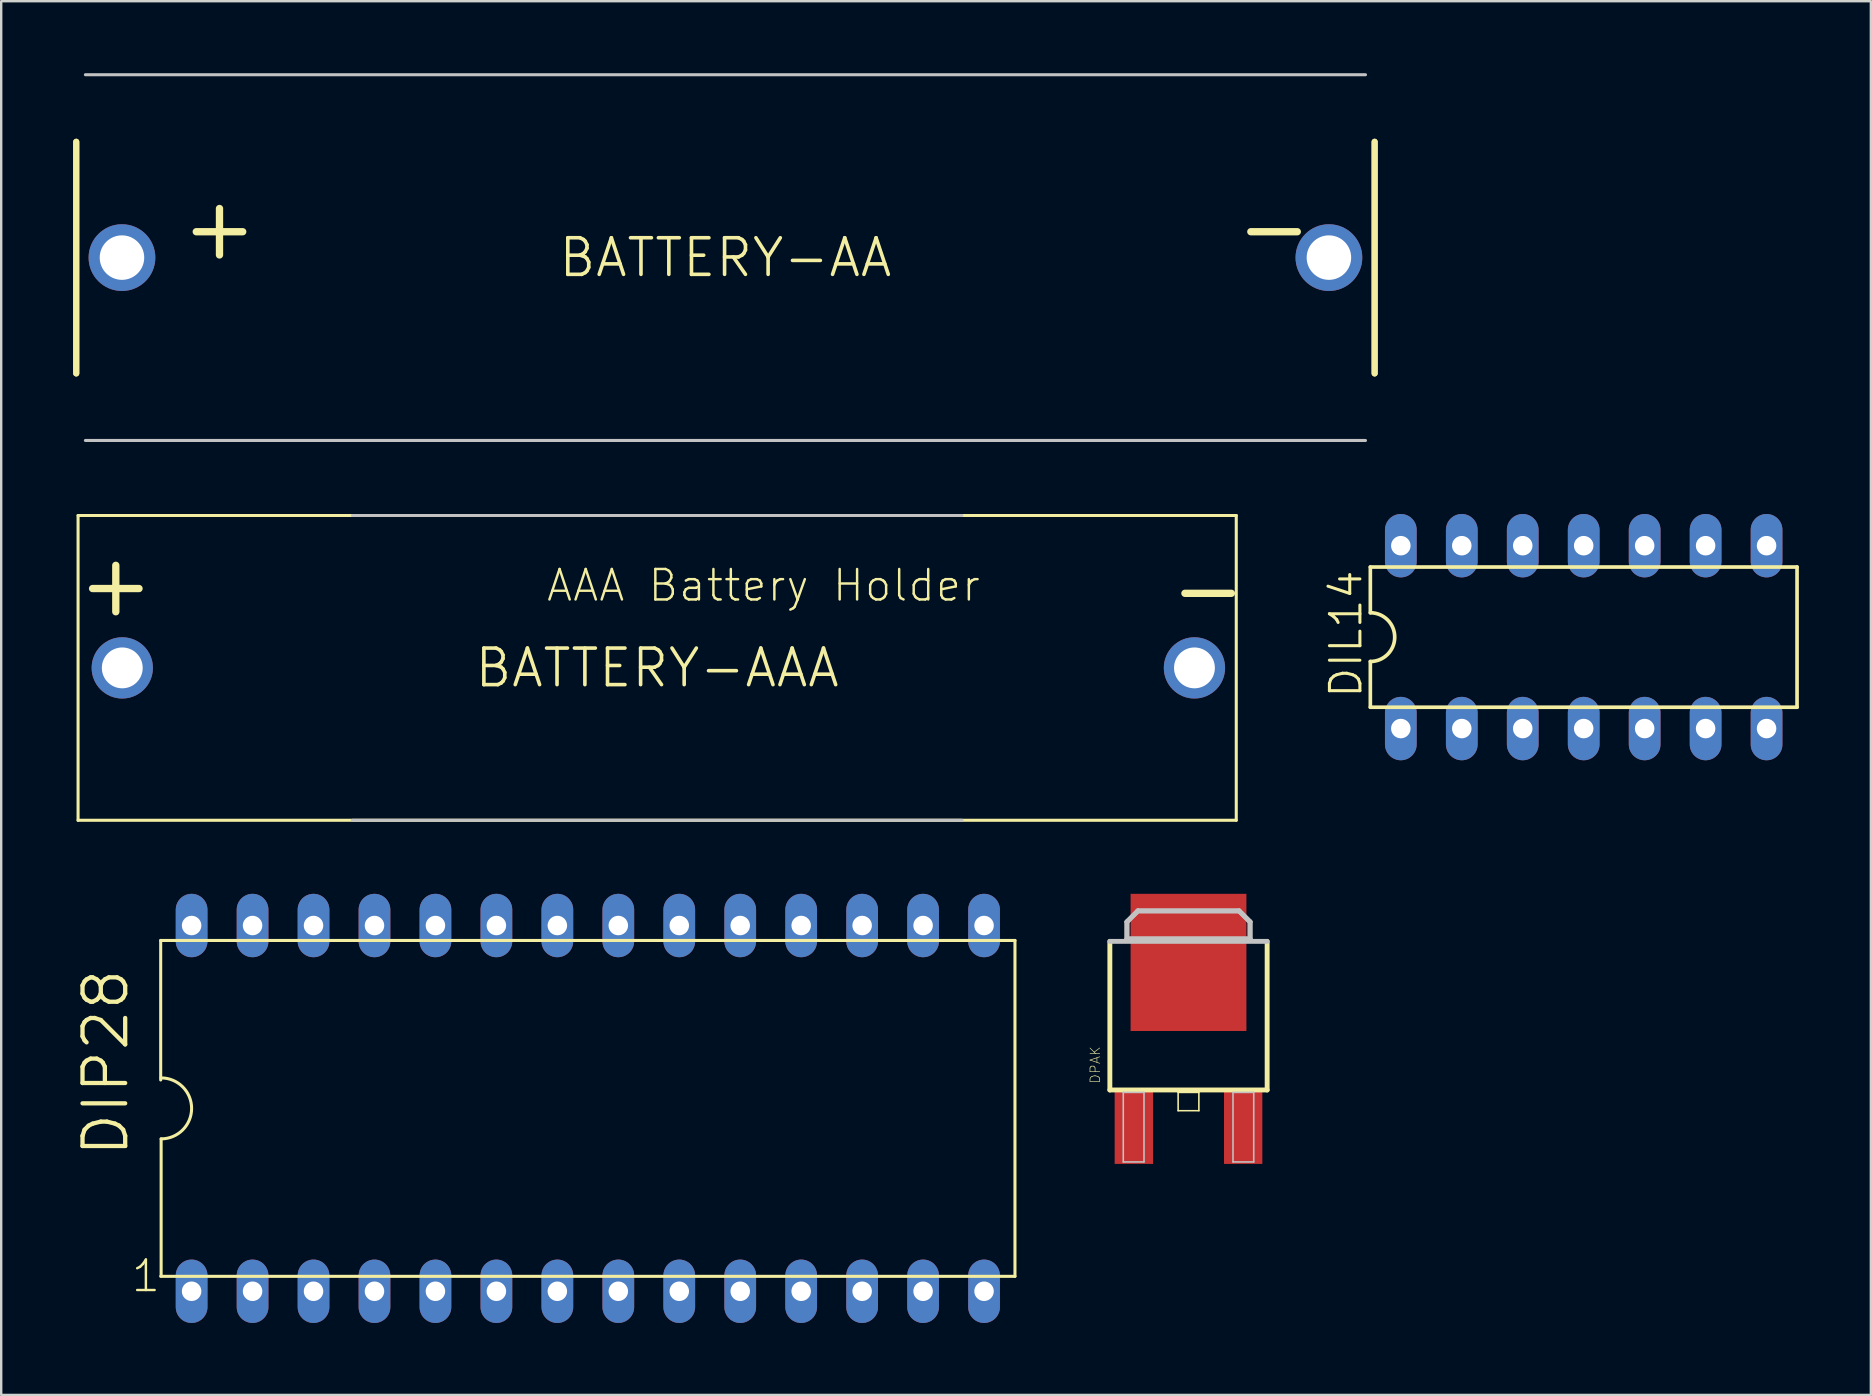
<source format=kicad_pcb>
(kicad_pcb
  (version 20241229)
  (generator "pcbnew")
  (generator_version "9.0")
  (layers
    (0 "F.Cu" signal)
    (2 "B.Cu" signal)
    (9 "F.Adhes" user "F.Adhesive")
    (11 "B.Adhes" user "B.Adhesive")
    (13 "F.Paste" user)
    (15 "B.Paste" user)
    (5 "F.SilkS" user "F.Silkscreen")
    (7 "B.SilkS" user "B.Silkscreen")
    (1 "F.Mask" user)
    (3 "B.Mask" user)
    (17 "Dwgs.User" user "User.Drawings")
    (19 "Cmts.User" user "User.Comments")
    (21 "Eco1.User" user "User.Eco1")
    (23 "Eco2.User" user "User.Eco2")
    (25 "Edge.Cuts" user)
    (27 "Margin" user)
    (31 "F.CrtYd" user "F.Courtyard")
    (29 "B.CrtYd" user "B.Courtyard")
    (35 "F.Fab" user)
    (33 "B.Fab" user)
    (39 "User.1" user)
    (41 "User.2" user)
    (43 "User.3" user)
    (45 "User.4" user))
  (footprint "DIP28"
    (layer "F.Cu")
    (at 21.444 43.135)
    (property "Reference" "DIP28" (at -20.091 -1.905 90) (layer "F.SilkS") (effects (font (size 1.778 1.778) (thickness 0.178))))
    (attr exclude_from_pos_files exclude_from_bom)
    (fp_line (start -17.798 -6.998) (end -17.798 -1.184) (stroke (width 0.127) (type solid)) (layer "F.SilkS"))
    (fp_line (start -17.798 6.998) (end 17.798 6.998) (stroke (width 0.127) (type solid)) (layer "F.SilkS"))
    (fp_line (start -17.78 1.27) (end -17.78 6.985) (stroke (width 0.127) (type solid)) (layer "F.SilkS"))
    (fp_line (start 17.798 -6.998) (end -17.798 -6.998) (stroke (width 0.127) (type solid)) (layer "F.SilkS"))
    (fp_line (start 17.798 6.998) (end 17.798 -6.998) (stroke (width 0.127) (type solid)) (layer "F.SilkS"))
    (fp_arc (start -17.78 -1.27) (mid -16.51 0) (end -17.78 1.27) (stroke (width 0.127) (type solid)) (layer "F.SilkS"))
    (fp_text user "1" (at -18.415 6.985 0) (layer "F.SilkS") (effects (font (size 1.27 1.27) (thickness 0.102))))
    (pad "1" thru_hole oval (at -16.51 7.62 180) (size 1.321 2.642) (drill 0.813) (layers "*.Cu" "*.Paste" "*.Mask"))
    (pad "2" thru_hole oval (at -13.97 7.62 180) (size 1.321 2.642) (drill 0.813) (layers "*.Cu" "*.Paste" "*.Mask"))
    (pad "3" thru_hole oval (at -11.43 7.62 180) (size 1.321 2.642) (drill 0.813) (layers "*.Cu" "*.Paste" "*.Mask"))
    (pad "4" thru_hole oval (at -8.89 7.62 180) (size 1.321 2.642) (drill 0.813) (layers "*.Cu" "*.Paste" "*.Mask"))
    (pad "5" thru_hole oval (at -6.35 7.62 180) (size 1.321 2.642) (drill 0.813) (layers "*.Cu" "*.Paste" "*.Mask"))
    (pad "6" thru_hole oval (at -3.81 7.62 180) (size 1.321 2.642) (drill 0.813) (layers "*.Cu" "*.Paste" "*.Mask"))
    (pad "7" thru_hole oval (at -1.27 7.62 180) (size 1.321 2.642) (drill 0.813) (layers "*.Cu" "*.Paste" "*.Mask"))
    (pad "8" thru_hole oval (at 1.27 7.62 180) (size 1.321 2.642) (drill 0.813) (layers "*.Cu" "*.Paste" "*.Mask"))
    (pad "9" thru_hole oval (at 3.81 7.62 180) (size 1.321 2.642) (drill 0.813) (layers "*.Cu" "*.Paste" "*.Mask"))
    (pad "10" thru_hole oval (at 6.35 7.62 180) (size 1.321 2.642) (drill 0.813) (layers "*.Cu" "*.Paste" "*.Mask"))
    (pad "11" thru_hole oval (at 8.89 7.62 180) (size 1.321 2.642) (drill 0.813) (layers "*.Cu" "*.Paste" "*.Mask"))
    (pad "12" thru_hole oval (at 11.43 7.62 180) (size 1.321 2.642) (drill 0.813) (layers "*.Cu" "*.Paste" "*.Mask"))
    (pad "13" thru_hole oval (at 13.97 7.62 180) (size 1.321 2.642) (drill 0.813) (layers "*.Cu" "*.Paste" "*.Mask"))
    (pad "14" thru_hole oval (at 16.51 7.62 180) (size 1.321 2.642) (drill 0.813) (layers "*.Cu" "*.Paste" "*.Mask"))
    (pad "15" thru_hole oval (at 16.51 -7.62 180) (size 1.321 2.642) (drill 0.813) (layers "*.Cu" "*.Paste" "*.Mask"))
    (pad "16" thru_hole oval (at 13.97 -7.62 180) (size 1.321 2.642) (drill 0.813) (layers "*.Cu" "*.Paste" "*.Mask"))
    (pad "17" thru_hole oval (at 11.43 -7.62 180) (size 1.321 2.642) (drill 0.813) (layers "*.Cu" "*.Paste" "*.Mask"))
    (pad "18" thru_hole oval (at 8.89 -7.62 180) (size 1.321 2.642) (drill 0.813) (layers "*.Cu" "*.Paste" "*.Mask"))
    (pad "19" thru_hole oval (at 6.35 -7.62 180) (size 1.321 2.642) (drill 0.813) (layers "*.Cu" "*.Paste" "*.Mask"))
    (pad "20" thru_hole oval (at 3.81 -7.62 180) (size 1.321 2.642) (drill 0.813) (layers "*.Cu" "*.Paste" "*.Mask"))
    (pad "21" thru_hole oval (at 1.27 -7.62 180) (size 1.321 2.642) (drill 0.813) (layers "*.Cu" "*.Paste" "*.Mask"))
    (pad "22" thru_hole oval (at -1.27 -7.62 180) (size 1.321 2.642) (drill 0.813) (layers "*.Cu" "*.Paste" "*.Mask"))
    (pad "23" thru_hole oval (at -3.81 -7.62 180) (size 1.321 2.642) (drill 0.813) (layers "*.Cu" "*.Paste" "*.Mask"))
    (pad "24" thru_hole oval (at -6.35 -7.62 180) (size 1.321 2.642) (drill 0.813) (layers "*.Cu" "*.Paste" "*.Mask"))
    (pad "25" thru_hole oval (at -8.89 -7.62 180) (size 1.321 2.642) (drill 0.813) (layers "*.Cu" "*.Paste" "*.Mask"))
    (pad "26" thru_hole oval (at -11.43 -7.62 180) (size 1.321 2.642) (drill 0.813) (layers "*.Cu" "*.Paste" "*.Mask"))
    (pad "27" thru_hole oval (at -13.97 -7.62 180) (size 1.321 2.642) (drill 0.813) (layers "*.Cu" "*.Paste" "*.Mask"))
    (pad "28" thru_hole oval (at -16.51 -7.62 180) (size 1.321 2.642) (drill 0.813) (layers "*.Cu" "*.Paste" "*.Mask")))
  (footprint "BATTERY-AAA"
    (layer "F.Cu")
    (at 24.333 24.78)
    (property "Reference" "BATTERY-AAA" (at 0 0 0) (layer "F.SilkS") (effects (font (size 1.524 1.524) (thickness 0.15))))
    (attr exclude_from_pos_files exclude_from_bom)
    (fp_line (start -24.13 -6.35) (end -12.7 -6.35) (stroke (width 0.127) (type solid)) (layer "F.SilkS"))
    (fp_line (start -24.13 6.35) (end -24.13 -6.35) (stroke (width 0.127) (type solid)) (layer "F.SilkS"))
    (fp_line (start 12.7 -6.35) (end 24.13 -6.35) (stroke (width 0.127) (type solid)) (layer "F.SilkS"))
    (fp_line (start 24.13 -6.35) (end 24.13 6.35) (stroke (width 0.127) (type solid)) (layer "F.SilkS"))
    (fp_line (start 24.13 6.35) (end -24.13 6.35) (stroke (width 0.127) (type solid)) (layer "F.SilkS"))
    (fp_line (start -12.7 -6.35) (end 12.7 -6.35) (stroke (width 0.127) (type solid)) (layer "Dwgs.User"))
    (fp_line (start 12.7 6.35) (end -12.7 6.35) (stroke (width 0.127) (type solid)) (layer "Dwgs.User"))
    (fp_text user "AAA Battery Holder" (at 4.43 -3.434 0) (layer "F.SilkS") (effects (font (size 1.27 1.27) (thickness 0.102))))
    (fp_text user "-" (at 22.959 -3.299 0) (layer "F.SilkS") (effects (font (size 2.54 2.54) (thickness 0.305))))
    (fp_text user "+" (at -22.558 -3.498 0) (layer "F.SilkS") (effects (font (size 2.54 2.54) (thickness 0.305))))
    (pad "GND@" thru_hole circle (at 22.388 0) (size 2.553 2.553) (drill 1.702) (layers "*.Cu" "*.Paste" "*.Mask"))
    (pad "PWR@" thru_hole circle (at -22.288 0) (size 2.553 2.553) (drill 1.702) (layers "*.Cu" "*.Paste" "*.Mask")))
  (footprint "BATTERY-AA"
    (layer "F.Cu")
    (at 27.178 7.684)
    (property "Reference" "BATTERY-AA" (at 0 0 0) (layer "F.SilkS") (effects (font (size 1.524 1.524) (thickness 0.15))))
    (attr exclude_from_pos_files exclude_from_bom)
    (fp_line (start -27.051 4.826) (end -27.051 -4.826) (stroke (width 0.254) (type solid)) (layer "F.SilkS"))
    (fp_line (start -27.051 4.826) (end -27.051 -4.826) (stroke (width 0.254) (type solid)) (layer "F.SilkS"))
    (fp_line (start 27.051 -4.826) (end 27.051 4.826) (stroke (width 0.254) (type solid)) (layer "F.SilkS"))
    (fp_line (start 27.051 4.826) (end 27.051 -4.826) (stroke (width 0.254) (type solid)) (layer "F.SilkS"))
    (fp_line (start -26.67 -7.62) (end 26.67 -7.62) (stroke (width 0.127) (type solid)) (layer "Dwgs.User"))
    (fp_line (start 26.67 7.62) (end -26.67 7.62) (stroke (width 0.127) (type solid)) (layer "Dwgs.User"))
    (fp_text user "-" (at 22.86 -1.27 0) (layer "F.SilkS") (effects (font (size 2.54 2.54) (thickness 0.305))))
    (fp_text user "+" (at -21.082 -1.27 0) (layer "F.SilkS") (effects (font (size 2.54 2.54) (thickness 0.305))))
    (pad "GND@" thru_hole circle (at 25.146 0) (size 2.781 2.781) (drill 1.854) (layers "*.Cu" "*.Paste" "*.Mask"))
    (pad "PWR@" thru_hole circle (at -25.146 0) (size 2.781 2.781) (drill 1.854) (layers "*.Cu" "*.Paste" "*.Mask")))
  (footprint "DIL14"
    (layer "F.Cu")
    (at 62.94 23.498)
    (property "Reference" "DIL14" (at -9.906 -0.127 90) (layer "F.SilkS") (effects (font (size 1.27 1.27) (thickness 0.127))))
    (attr exclude_from_pos_files exclude_from_bom)
    (fp_line (start -8.89 -2.921) (end -8.89 -1.016) (stroke (width 0.152) (type solid)) (layer "F.SilkS"))
    (fp_line (start -8.89 2.921) (end -8.89 1.016) (stroke (width 0.152) (type solid)) (layer "F.SilkS"))
    (fp_line (start -8.89 2.921) (end 8.89 2.921) (stroke (width 0.152) (type solid)) (layer "F.SilkS"))
    (fp_line (start 8.89 -2.921) (end -8.89 -2.921) (stroke (width 0.152) (type solid)) (layer "F.SilkS"))
    (fp_line (start 8.89 -2.921) (end 8.89 2.921) (stroke (width 0.152) (type solid)) (layer "F.SilkS"))
    (fp_arc (start -8.89 -1.016) (mid -7.874 0) (end -8.89 1.016) (stroke (width 0.1524) (type solid)) (layer "F.SilkS"))
    (pad "1" thru_hole oval (at -7.62 3.81 180) (size 1.321 2.642) (drill 0.813) (layers "*.Cu" "*.Paste" "*.Mask"))
    (pad "2" thru_hole oval (at -5.08 3.81 180) (size 1.321 2.642) (drill 0.813) (layers "*.Cu" "*.Paste" "*.Mask"))
    (pad "3" thru_hole oval (at -2.54 3.81 180) (size 1.321 2.642) (drill 0.813) (layers "*.Cu" "*.Paste" "*.Mask"))
    (pad "4" thru_hole oval (at 0 3.81 180) (size 1.321 2.642) (drill 0.813) (layers "*.Cu" "*.Paste" "*.Mask"))
    (pad "5" thru_hole oval (at 2.54 3.81 180) (size 1.321 2.642) (drill 0.813) (layers "*.Cu" "*.Paste" "*.Mask"))
    (pad "6" thru_hole oval (at 5.08 3.81 180) (size 1.321 2.642) (drill 0.813) (layers "*.Cu" "*.Paste" "*.Mask"))
    (pad "7" thru_hole oval (at 7.62 3.81 180) (size 1.321 2.642) (drill 0.813) (layers "*.Cu" "*.Paste" "*.Mask"))
    (pad "8" thru_hole oval (at 7.62 -3.81 180) (size 1.321 2.642) (drill 0.813) (layers "*.Cu" "*.Paste" "*.Mask"))
    (pad "9" thru_hole oval (at 5.08 -3.81 180) (size 1.321 2.642) (drill 0.813) (layers "*.Cu" "*.Paste" "*.Mask"))
    (pad "10" thru_hole oval (at 2.54 -3.81 180) (size 1.321 2.642) (drill 0.813) (layers "*.Cu" "*.Paste" "*.Mask"))
    (pad "11" thru_hole oval (at 0 -3.81 180) (size 1.321 2.642) (drill 0.813) (layers "*.Cu" "*.Paste" "*.Mask"))
    (pad "12" thru_hole oval (at -2.54 -3.81 180) (size 1.321 2.642) (drill 0.813) (layers "*.Cu" "*.Paste" "*.Mask"))
    (pad "13" thru_hole oval (at -5.08 -3.81 180) (size 1.321 2.642) (drill 0.813) (layers "*.Cu" "*.Paste" "*.Mask"))
    (pad "14" thru_hole oval (at -7.62 -3.81 180) (size 1.321 2.642) (drill 0.813) (layers "*.Cu" "*.Paste" "*.Mask")))
  (footprint "DPAK"
    (layer "F.Cu")
    (at 46.473 38.639)
    (property "Reference" "DPAK" (at -3.886 2.685 90) (layer "F.SilkS") (effects (font (size 0.406 0.406) (thickness 0.025))))
    (attr smd)
    (fp_line (start -3.277 3.729) (end -3.277 -2.464) (stroke (width 0.203) (type solid)) (layer "F.SilkS"))
    (fp_line (start -0.432 3.83) (end 0.432 3.83) (stroke (width 0.066) (type solid)) (layer "F.SilkS"))
    (fp_line (start -0.432 4.592) (end -0.432 3.83) (stroke (width 0.066) (type solid)) (layer "F.SilkS"))
    (fp_line (start -0.432 4.592) (end 0.432 4.592) (stroke (width 0.066) (type solid)) (layer "F.SilkS"))
    (fp_line (start 0.432 4.592) (end 0.432 3.83) (stroke (width 0.066) (type solid)) (layer "F.SilkS"))
    (fp_line (start 3.277 -2.464) (end 3.277 3.729) (stroke (width 0.203) (type solid)) (layer "F.SilkS"))
    (fp_line (start 3.277 3.729) (end -3.277 3.729) (stroke (width 0.203) (type solid)) (layer "F.SilkS"))
    (fp_line (start -3.277 -2.464) (end 3.277 -2.464) (stroke (width 0.203) (type solid)) (layer "Dwgs.User"))
    (fp_line (start -2.718 3.83) (end -1.854 3.83) (stroke (width 0.066) (type solid)) (layer "Dwgs.User"))
    (fp_line (start -2.718 6.726) (end -2.718 3.83) (stroke (width 0.066) (type solid)) (layer "Dwgs.User"))
    (fp_line (start -2.718 6.726) (end -1.854 6.726) (stroke (width 0.066) (type solid)) (layer "Dwgs.User"))
    (fp_line (start -2.565 -3.277) (end -2.108 -3.734) (stroke (width 0.198) (type solid)) (layer "Dwgs.User"))
    (fp_line (start -2.565 -3.277) (end -2.108 -3.734) (stroke (width 0.203) (type solid)) (layer "Dwgs.User"))
    (fp_line (start -2.565 -2.565) (end -2.565 -3.277) (stroke (width 0.198) (type solid)) (layer "Dwgs.User"))
    (fp_line (start -2.565 -2.565) (end -2.565 -3.277) (stroke (width 0.203) (type solid)) (layer "Dwgs.User"))
    (fp_line (start -2.108 -3.734) (end 2.108 -3.734) (stroke (width 0.198) (type solid)) (layer "Dwgs.User"))
    (fp_line (start -2.108 -3.734) (end 2.108 -3.734) (stroke (width 0.203) (type solid)) (layer "Dwgs.User"))
    (fp_line (start -1.854 6.726) (end -1.854 3.83) (stroke (width 0.066) (type solid)) (layer "Dwgs.User"))
    (fp_line (start 1.854 3.83) (end 2.718 3.83) (stroke (width 0.066) (type solid)) (layer "Dwgs.User"))
    (fp_line (start 1.854 6.726) (end 1.854 3.83) (stroke (width 0.066) (type solid)) (layer "Dwgs.User"))
    (fp_line (start 1.854 6.726) (end 2.718 6.726) (stroke (width 0.066) (type solid)) (layer "Dwgs.User"))
    (fp_line (start 2.108 -3.734) (end 2.565 -3.277) (stroke (width 0.198) (type solid)) (layer "Dwgs.User"))
    (fp_line (start 2.108 -3.734) (end 2.565 -3.277) (stroke (width 0.203) (type solid)) (layer "Dwgs.User"))
    (fp_line (start 2.565 -3.277) (end 2.565 -2.565) (stroke (width 0.198) (type solid)) (layer "Dwgs.User"))
    (fp_line (start 2.565 -3.277) (end 2.565 -2.565) (stroke (width 0.203) (type solid)) (layer "Dwgs.User"))
    (fp_line (start 2.565 -2.565) (end -2.565 -2.565) (stroke (width 0.198) (type solid)) (layer "Dwgs.User"))
    (fp_line (start 2.565 -2.565) (end -2.565 -2.565) (stroke (width 0.203) (type solid)) (layer "Dwgs.User"))
    (fp_line (start 2.718 6.726) (end 2.718 3.83) (stroke (width 0.066) (type solid)) (layer "Dwgs.User"))
    (pad "1" smd rect (at -2.278 5.309) (size 1.598 3) (layers "F.Cu" "F.Mask" "F.Paste"))
    (pad "3" smd rect (at 2.278 5.309) (size 1.598 3) (layers "F.Cu" "F.Mask" "F.Paste"))
    (pad "4" smd rect (at 0 -1.587) (size 4.826 5.715) (layers "F.Cu" "F.Mask" "F.Paste")))
  (gr_rect
    (start -3 -3)
    (end 74.906 55.076)
    (stroke (width 0.1) (type default))
    (fill no)
    (layer "Edge.Cuts")))
</source>
